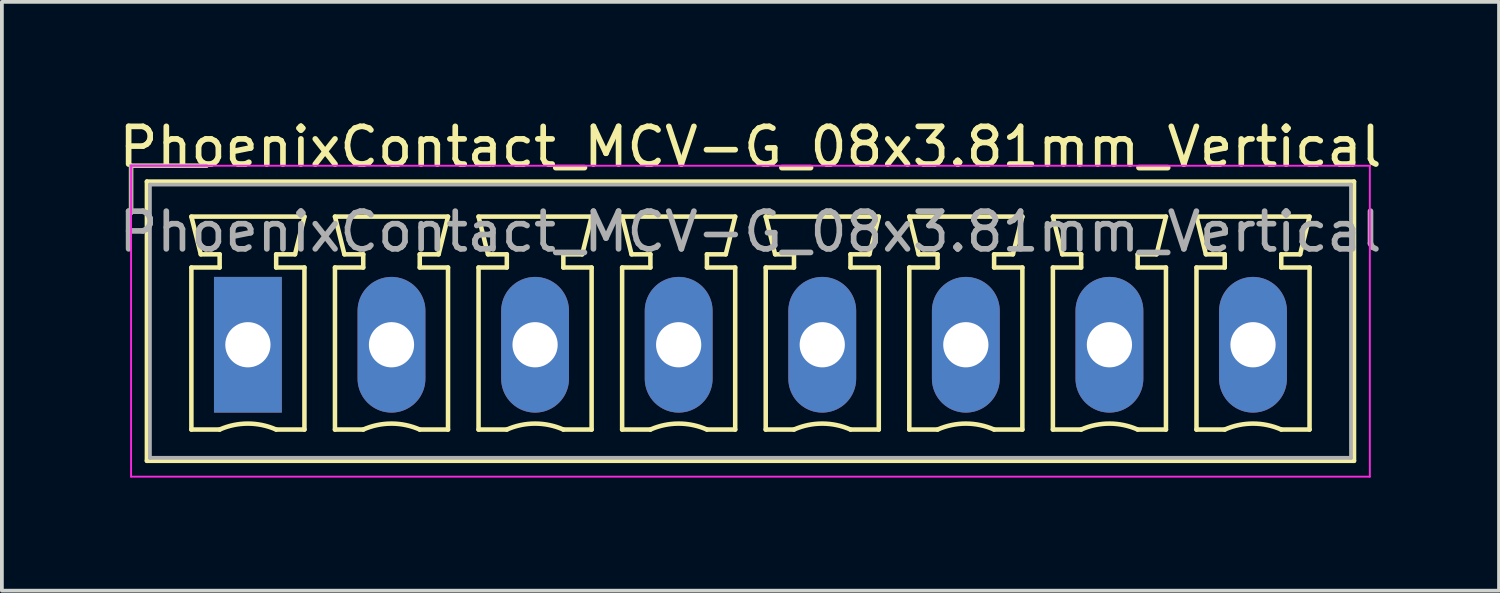
<source format=kicad_pcb>
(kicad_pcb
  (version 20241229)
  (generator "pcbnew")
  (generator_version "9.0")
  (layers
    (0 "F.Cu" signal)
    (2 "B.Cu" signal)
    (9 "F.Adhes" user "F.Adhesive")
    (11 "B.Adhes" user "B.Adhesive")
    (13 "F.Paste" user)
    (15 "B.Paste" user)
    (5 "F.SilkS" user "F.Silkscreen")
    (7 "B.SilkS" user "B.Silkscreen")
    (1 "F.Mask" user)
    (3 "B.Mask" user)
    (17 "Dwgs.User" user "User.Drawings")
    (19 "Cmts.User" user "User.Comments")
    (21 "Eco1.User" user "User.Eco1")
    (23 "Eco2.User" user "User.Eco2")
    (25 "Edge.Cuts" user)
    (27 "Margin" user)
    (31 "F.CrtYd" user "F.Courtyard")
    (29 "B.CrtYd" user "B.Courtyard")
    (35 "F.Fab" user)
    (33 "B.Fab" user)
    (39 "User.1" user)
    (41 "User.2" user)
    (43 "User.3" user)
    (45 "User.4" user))
  (footprint "PhoenixContact_MCV-G_08x3.81mm_Vertical"
    (layer "F.Cu")
    (at 3.528 6.098)
    (property "Reference" "PhoenixContact_MCV-G_08x3.81mm_Vertical" (at 13.335 -5.25 0) (layer "F.SilkS") (effects (font (size 1 1) (thickness 0.15))))
    (attr through_hole)
    (fp_line (start -3.1 -4.75) (end -1.1 -4.75) (stroke (width 0.12) (type solid)) (layer "F.SilkS"))
    (fp_line (start -3.1 -3.5) (end -3.1 -4.75) (stroke (width 0.12) (type solid)) (layer "F.SilkS"))
    (fp_line (start -2.68 -4.33) (end -2.68 3.08) (stroke (width 0.12) (type solid)) (layer "F.SilkS"))
    (fp_line (start -2.68 3.08) (end 29.35 3.08) (stroke (width 0.12) (type solid)) (layer "F.SilkS"))
    (fp_line (start -1.5 -3.4) (end 1.5 -3.4) (stroke (width 0.12) (type solid)) (layer "F.SilkS"))
    (fp_line (start -1.5 -2.05) (end -0.75 -2.05) (stroke (width 0.12) (type solid)) (layer "F.SilkS"))
    (fp_line (start -1.5 2.25) (end -1.5 -2.05) (stroke (width 0.12) (type solid)) (layer "F.SilkS"))
    (fp_line (start -1.25 -2.4) (end -1.5 -3.4) (stroke (width 0.12) (type solid)) (layer "F.SilkS"))
    (fp_line (start -0.75 -2.4) (end -1.25 -2.4) (stroke (width 0.12) (type solid)) (layer "F.SilkS"))
    (fp_line (start -0.75 -2.05) (end -0.75 -2.4) (stroke (width 0.12) (type solid)) (layer "F.SilkS"))
    (fp_line (start -0.75 2.25) (end -1.5 2.25) (stroke (width 0.12) (type solid)) (layer "F.SilkS"))
    (fp_line (start 0.75 -2.4) (end 0.75 -2.05) (stroke (width 0.12) (type solid)) (layer "F.SilkS"))
    (fp_line (start 0.75 -2.05) (end 1.5 -2.05) (stroke (width 0.12) (type solid)) (layer "F.SilkS"))
    (fp_line (start 1.25 -2.4) (end 0.75 -2.4) (stroke (width 0.12) (type solid)) (layer "F.SilkS"))
    (fp_line (start 1.5 -3.4) (end 1.25 -2.4) (stroke (width 0.12) (type solid)) (layer "F.SilkS"))
    (fp_line (start 1.5 -2.05) (end 1.5 2.25) (stroke (width 0.12) (type solid)) (layer "F.SilkS"))
    (fp_line (start 1.5 2.25) (end 0.75 2.25) (stroke (width 0.12) (type solid)) (layer "F.SilkS"))
    (fp_line (start 2.31 -3.4) (end 5.31 -3.4) (stroke (width 0.12) (type solid)) (layer "F.SilkS"))
    (fp_line (start 2.31 -2.05) (end 3.06 -2.05) (stroke (width 0.12) (type solid)) (layer "F.SilkS"))
    (fp_line (start 2.31 2.25) (end 2.31 -2.05) (stroke (width 0.12) (type solid)) (layer "F.SilkS"))
    (fp_line (start 2.56 -2.4) (end 2.31 -3.4) (stroke (width 0.12) (type solid)) (layer "F.SilkS"))
    (fp_line (start 3.06 -2.4) (end 2.56 -2.4) (stroke (width 0.12) (type solid)) (layer "F.SilkS"))
    (fp_line (start 3.06 -2.05) (end 3.06 -2.4) (stroke (width 0.12) (type solid)) (layer "F.SilkS"))
    (fp_line (start 3.06 2.25) (end 2.31 2.25) (stroke (width 0.12) (type solid)) (layer "F.SilkS"))
    (fp_line (start 4.56 -2.4) (end 4.56 -2.05) (stroke (width 0.12) (type solid)) (layer "F.SilkS"))
    (fp_line (start 4.56 -2.05) (end 5.31 -2.05) (stroke (width 0.12) (type solid)) (layer "F.SilkS"))
    (fp_line (start 5.06 -2.4) (end 4.56 -2.4) (stroke (width 0.12) (type solid)) (layer "F.SilkS"))
    (fp_line (start 5.31 -3.4) (end 5.06 -2.4) (stroke (width 0.12) (type solid)) (layer "F.SilkS"))
    (fp_line (start 5.31 -2.05) (end 5.31 2.25) (stroke (width 0.12) (type solid)) (layer "F.SilkS"))
    (fp_line (start 5.31 2.25) (end 4.56 2.25) (stroke (width 0.12) (type solid)) (layer "F.SilkS"))
    (fp_line (start 6.12 -3.4) (end 9.12 -3.4) (stroke (width 0.12) (type solid)) (layer "F.SilkS"))
    (fp_line (start 6.12 -2.05) (end 6.87 -2.05) (stroke (width 0.12) (type solid)) (layer "F.SilkS"))
    (fp_line (start 6.12 2.25) (end 6.12 -2.05) (stroke (width 0.12) (type solid)) (layer "F.SilkS"))
    (fp_line (start 6.37 -2.4) (end 6.12 -3.4) (stroke (width 0.12) (type solid)) (layer "F.SilkS"))
    (fp_line (start 6.87 -2.4) (end 6.37 -2.4) (stroke (width 0.12) (type solid)) (layer "F.SilkS"))
    (fp_line (start 6.87 -2.05) (end 6.87 -2.4) (stroke (width 0.12) (type solid)) (layer "F.SilkS"))
    (fp_line (start 6.87 2.25) (end 6.12 2.25) (stroke (width 0.12) (type solid)) (layer "F.SilkS"))
    (fp_line (start 8.37 -2.4) (end 8.37 -2.05) (stroke (width 0.12) (type solid)) (layer "F.SilkS"))
    (fp_line (start 8.37 -2.05) (end 9.12 -2.05) (stroke (width 0.12) (type solid)) (layer "F.SilkS"))
    (fp_line (start 8.87 -2.4) (end 8.37 -2.4) (stroke (width 0.12) (type solid)) (layer "F.SilkS"))
    (fp_line (start 9.12 -3.4) (end 8.87 -2.4) (stroke (width 0.12) (type solid)) (layer "F.SilkS"))
    (fp_line (start 9.12 -2.05) (end 9.12 2.25) (stroke (width 0.12) (type solid)) (layer "F.SilkS"))
    (fp_line (start 9.12 2.25) (end 8.37 2.25) (stroke (width 0.12) (type solid)) (layer "F.SilkS"))
    (fp_line (start 9.93 -3.4) (end 12.93 -3.4) (stroke (width 0.12) (type solid)) (layer "F.SilkS"))
    (fp_line (start 9.93 -2.05) (end 10.68 -2.05) (stroke (width 0.12) (type solid)) (layer "F.SilkS"))
    (fp_line (start 9.93 2.25) (end 9.93 -2.05) (stroke (width 0.12) (type solid)) (layer "F.SilkS"))
    (fp_line (start 10.18 -2.4) (end 9.93 -3.4) (stroke (width 0.12) (type solid)) (layer "F.SilkS"))
    (fp_line (start 10.68 -2.4) (end 10.18 -2.4) (stroke (width 0.12) (type solid)) (layer "F.SilkS"))
    (fp_line (start 10.68 -2.05) (end 10.68 -2.4) (stroke (width 0.12) (type solid)) (layer "F.SilkS"))
    (fp_line (start 10.68 2.25) (end 9.93 2.25) (stroke (width 0.12) (type solid)) (layer "F.SilkS"))
    (fp_line (start 12.18 -2.4) (end 12.18 -2.05) (stroke (width 0.12) (type solid)) (layer "F.SilkS"))
    (fp_line (start 12.18 -2.05) (end 12.93 -2.05) (stroke (width 0.12) (type solid)) (layer "F.SilkS"))
    (fp_line (start 12.68 -2.4) (end 12.18 -2.4) (stroke (width 0.12) (type solid)) (layer "F.SilkS"))
    (fp_line (start 12.93 -3.4) (end 12.68 -2.4) (stroke (width 0.12) (type solid)) (layer "F.SilkS"))
    (fp_line (start 12.93 -2.05) (end 12.93 2.25) (stroke (width 0.12) (type solid)) (layer "F.SilkS"))
    (fp_line (start 12.93 2.25) (end 12.18 2.25) (stroke (width 0.12) (type solid)) (layer "F.SilkS"))
    (fp_line (start 13.74 -3.4) (end 16.74 -3.4) (stroke (width 0.12) (type solid)) (layer "F.SilkS"))
    (fp_line (start 13.74 -2.05) (end 14.49 -2.05) (stroke (width 0.12) (type solid)) (layer "F.SilkS"))
    (fp_line (start 13.74 2.25) (end 13.74 -2.05) (stroke (width 0.12) (type solid)) (layer "F.SilkS"))
    (fp_line (start 13.99 -2.4) (end 13.74 -3.4) (stroke (width 0.12) (type solid)) (layer "F.SilkS"))
    (fp_line (start 14.49 -2.4) (end 13.99 -2.4) (stroke (width 0.12) (type solid)) (layer "F.SilkS"))
    (fp_line (start 14.49 -2.05) (end 14.49 -2.4) (stroke (width 0.12) (type solid)) (layer "F.SilkS"))
    (fp_line (start 14.49 2.25) (end 13.74 2.25) (stroke (width 0.12) (type solid)) (layer "F.SilkS"))
    (fp_line (start 15.99 -2.4) (end 15.99 -2.05) (stroke (width 0.12) (type solid)) (layer "F.SilkS"))
    (fp_line (start 15.99 -2.05) (end 16.74 -2.05) (stroke (width 0.12) (type solid)) (layer "F.SilkS"))
    (fp_line (start 16.49 -2.4) (end 15.99 -2.4) (stroke (width 0.12) (type solid)) (layer "F.SilkS"))
    (fp_line (start 16.74 -3.4) (end 16.49 -2.4) (stroke (width 0.12) (type solid)) (layer "F.SilkS"))
    (fp_line (start 16.74 -2.05) (end 16.74 2.25) (stroke (width 0.12) (type solid)) (layer "F.SilkS"))
    (fp_line (start 16.74 2.25) (end 15.99 2.25) (stroke (width 0.12) (type solid)) (layer "F.SilkS"))
    (fp_line (start 17.55 -3.4) (end 20.55 -3.4) (stroke (width 0.12) (type solid)) (layer "F.SilkS"))
    (fp_line (start 17.55 -2.05) (end 18.3 -2.05) (stroke (width 0.12) (type solid)) (layer "F.SilkS"))
    (fp_line (start 17.55 2.25) (end 17.55 -2.05) (stroke (width 0.12) (type solid)) (layer "F.SilkS"))
    (fp_line (start 17.8 -2.4) (end 17.55 -3.4) (stroke (width 0.12) (type solid)) (layer "F.SilkS"))
    (fp_line (start 18.3 -2.4) (end 17.8 -2.4) (stroke (width 0.12) (type solid)) (layer "F.SilkS"))
    (fp_line (start 18.3 -2.05) (end 18.3 -2.4) (stroke (width 0.12) (type solid)) (layer "F.SilkS"))
    (fp_line (start 18.3 2.25) (end 17.55 2.25) (stroke (width 0.12) (type solid)) (layer "F.SilkS"))
    (fp_line (start 19.8 -2.4) (end 19.8 -2.05) (stroke (width 0.12) (type solid)) (layer "F.SilkS"))
    (fp_line (start 19.8 -2.05) (end 20.55 -2.05) (stroke (width 0.12) (type solid)) (layer "F.SilkS"))
    (fp_line (start 20.3 -2.4) (end 19.8 -2.4) (stroke (width 0.12) (type solid)) (layer "F.SilkS"))
    (fp_line (start 20.55 -3.4) (end 20.3 -2.4) (stroke (width 0.12) (type solid)) (layer "F.SilkS"))
    (fp_line (start 20.55 -2.05) (end 20.55 2.25) (stroke (width 0.12) (type solid)) (layer "F.SilkS"))
    (fp_line (start 20.55 2.25) (end 19.8 2.25) (stroke (width 0.12) (type solid)) (layer "F.SilkS"))
    (fp_line (start 21.36 -3.4) (end 24.36 -3.4) (stroke (width 0.12) (type solid)) (layer "F.SilkS"))
    (fp_line (start 21.36 -2.05) (end 22.11 -2.05) (stroke (width 0.12) (type solid)) (layer "F.SilkS"))
    (fp_line (start 21.36 2.25) (end 21.36 -2.05) (stroke (width 0.12) (type solid)) (layer "F.SilkS"))
    (fp_line (start 21.61 -2.4) (end 21.36 -3.4) (stroke (width 0.12) (type solid)) (layer "F.SilkS"))
    (fp_line (start 22.11 -2.4) (end 21.61 -2.4) (stroke (width 0.12) (type solid)) (layer "F.SilkS"))
    (fp_line (start 22.11 -2.05) (end 22.11 -2.4) (stroke (width 0.12) (type solid)) (layer "F.SilkS"))
    (fp_line (start 22.11 2.25) (end 21.36 2.25) (stroke (width 0.12) (type solid)) (layer "F.SilkS"))
    (fp_line (start 23.61 -2.4) (end 23.61 -2.05) (stroke (width 0.12) (type solid)) (layer "F.SilkS"))
    (fp_line (start 23.61 -2.05) (end 24.36 -2.05) (stroke (width 0.12) (type solid)) (layer "F.SilkS"))
    (fp_line (start 24.11 -2.4) (end 23.61 -2.4) (stroke (width 0.12) (type solid)) (layer "F.SilkS"))
    (fp_line (start 24.36 -3.4) (end 24.11 -2.4) (stroke (width 0.12) (type solid)) (layer "F.SilkS"))
    (fp_line (start 24.36 -2.05) (end 24.36 2.25) (stroke (width 0.12) (type solid)) (layer "F.SilkS"))
    (fp_line (start 24.36 2.25) (end 23.61 2.25) (stroke (width 0.12) (type solid)) (layer "F.SilkS"))
    (fp_line (start 25.17 -3.4) (end 28.17 -3.4) (stroke (width 0.12) (type solid)) (layer "F.SilkS"))
    (fp_line (start 25.17 -2.05) (end 25.92 -2.05) (stroke (width 0.12) (type solid)) (layer "F.SilkS"))
    (fp_line (start 25.17 2.25) (end 25.17 -2.05) (stroke (width 0.12) (type solid)) (layer "F.SilkS"))
    (fp_line (start 25.42 -2.4) (end 25.17 -3.4) (stroke (width 0.12) (type solid)) (layer "F.SilkS"))
    (fp_line (start 25.92 -2.4) (end 25.42 -2.4) (stroke (width 0.12) (type solid)) (layer "F.SilkS"))
    (fp_line (start 25.92 -2.05) (end 25.92 -2.4) (stroke (width 0.12) (type solid)) (layer "F.SilkS"))
    (fp_line (start 25.92 2.25) (end 25.17 2.25) (stroke (width 0.12) (type solid)) (layer "F.SilkS"))
    (fp_line (start 27.42 -2.4) (end 27.42 -2.05) (stroke (width 0.12) (type solid)) (layer "F.SilkS"))
    (fp_line (start 27.42 -2.05) (end 28.17 -2.05) (stroke (width 0.12) (type solid)) (layer "F.SilkS"))
    (fp_line (start 27.92 -2.4) (end 27.42 -2.4) (stroke (width 0.12) (type solid)) (layer "F.SilkS"))
    (fp_line (start 28.17 -3.4) (end 27.92 -2.4) (stroke (width 0.12) (type solid)) (layer "F.SilkS"))
    (fp_line (start 28.17 -2.05) (end 28.17 2.25) (stroke (width 0.12) (type solid)) (layer "F.SilkS"))
    (fp_line (start 28.17 2.25) (end 27.42 2.25) (stroke (width 0.12) (type solid)) (layer "F.SilkS"))
    (fp_line (start 29.35 -4.33) (end -2.68 -4.33) (stroke (width 0.12) (type solid)) (layer "F.SilkS"))
    (fp_line (start 29.35 3.08) (end 29.35 -4.33) (stroke (width 0.12) (type solid)) (layer "F.SilkS"))
    (fp_arc (start -0.75 2.25) (mid -0.000193 2.09191) (end 0.749647 2.249844) (stroke (width 0.12) (type solid)) (layer "F.SilkS"))
    (fp_arc (start 3.06 2.25) (mid 3.809807 2.09191) (end 4.559647 2.249844) (stroke (width 0.12) (type solid)) (layer "F.SilkS"))
    (fp_arc (start 6.87 2.25) (mid 7.619807 2.09191) (end 8.369647 2.249844) (stroke (width 0.12) (type solid)) (layer "F.SilkS"))
    (fp_arc (start 10.68 2.25) (mid 11.429807 2.09191) (end 12.179647 2.249844) (stroke (width 0.12) (type solid)) (layer "F.SilkS"))
    (fp_arc (start 14.49 2.25) (mid 15.239807 2.09191) (end 15.989647 2.249844) (stroke (width 0.12) (type solid)) (layer "F.SilkS"))
    (fp_arc (start 18.3 2.25) (mid 19.049807 2.09191) (end 19.799647 2.249844) (stroke (width 0.12) (type solid)) (layer "F.SilkS"))
    (fp_arc (start 22.11 2.25) (mid 22.859807 2.09191) (end 23.609647 2.249844) (stroke (width 0.12) (type solid)) (layer "F.SilkS"))
    (fp_arc (start 25.92 2.25) (mid 26.669807 2.09191) (end 27.419647 2.249844) (stroke (width 0.12) (type solid)) (layer "F.SilkS"))
    (fp_line (start -3.1 -4.75) (end -3.1 3.5) (stroke (width 0.05) (type solid)) (layer "F.CrtYd"))
    (fp_line (start -3.1 3.5) (end 29.77 3.5) (stroke (width 0.05) (type solid)) (layer "F.CrtYd"))
    (fp_line (start 29.77 -4.75) (end -3.1 -4.75) (stroke (width 0.05) (type solid)) (layer "F.CrtYd"))
    (fp_line (start 29.77 3.5) (end 29.77 -4.75) (stroke (width 0.05) (type solid)) (layer "F.CrtYd"))
    (fp_line (start -3.1 -4.75) (end -1.1 -4.75) (stroke (width 0.1) (type solid)) (layer "F.Fab"))
    (fp_line (start -3.1 -3.5) (end -3.1 -4.75) (stroke (width 0.1) (type solid)) (layer "F.Fab"))
    (fp_line (start -2.6 -4.25) (end -2.6 3) (stroke (width 0.1) (type solid)) (layer "F.Fab"))
    (fp_line (start -2.6 3) (end 29.27 3) (stroke (width 0.1) (type solid)) (layer "F.Fab"))
    (fp_line (start 29.27 -4.25) (end -2.6 -4.25) (stroke (width 0.1) (type solid)) (layer "F.Fab"))
    (fp_line (start 29.27 3) (end 29.27 -4.25) (stroke (width 0.1) (type solid)) (layer "F.Fab"))
    (fp_text user "${REFERENCE}" (at 13.335 -3 0) (layer "F.Fab") (effects (font (size 1 1) (thickness 0.15))))
    (pad "1" thru_hole rect (at 0 0) (size 1.8 3.6) (drill 1.2) (layers "*.Cu" "*.Mask"))
    (pad "2" thru_hole oval (at 3.81 0) (size 1.8 3.6) (drill 1.2) (layers "*.Cu" "*.Mask"))
    (pad "3" thru_hole oval (at 7.62 0) (size 1.8 3.6) (drill 1.2) (layers "*.Cu" "*.Mask"))
    (pad "4" thru_hole oval (at 11.43 0) (size 1.8 3.6) (drill 1.2) (layers "*.Cu" "*.Mask"))
    (pad "5" thru_hole oval (at 15.24 0) (size 1.8 3.6) (drill 1.2) (layers "*.Cu" "*.Mask"))
    (pad "6" thru_hole oval (at 19.05 0) (size 1.8 3.6) (drill 1.2) (layers "*.Cu" "*.Mask"))
    (pad "7" thru_hole oval (at 22.86 0) (size 1.8 3.6) (drill 1.2) (layers "*.Cu" "*.Mask"))
    (pad "8" thru_hole oval (at 26.67 0) (size 1.8 3.6) (drill 1.2) (layers "*.Cu" "*.Mask")))
  (gr_rect
    (start -3 -3)
    (end 36.726 12.623)
    (stroke (width 0.1) (type default))
    (fill no)
    (layer "Edge.Cuts")))
</source>
